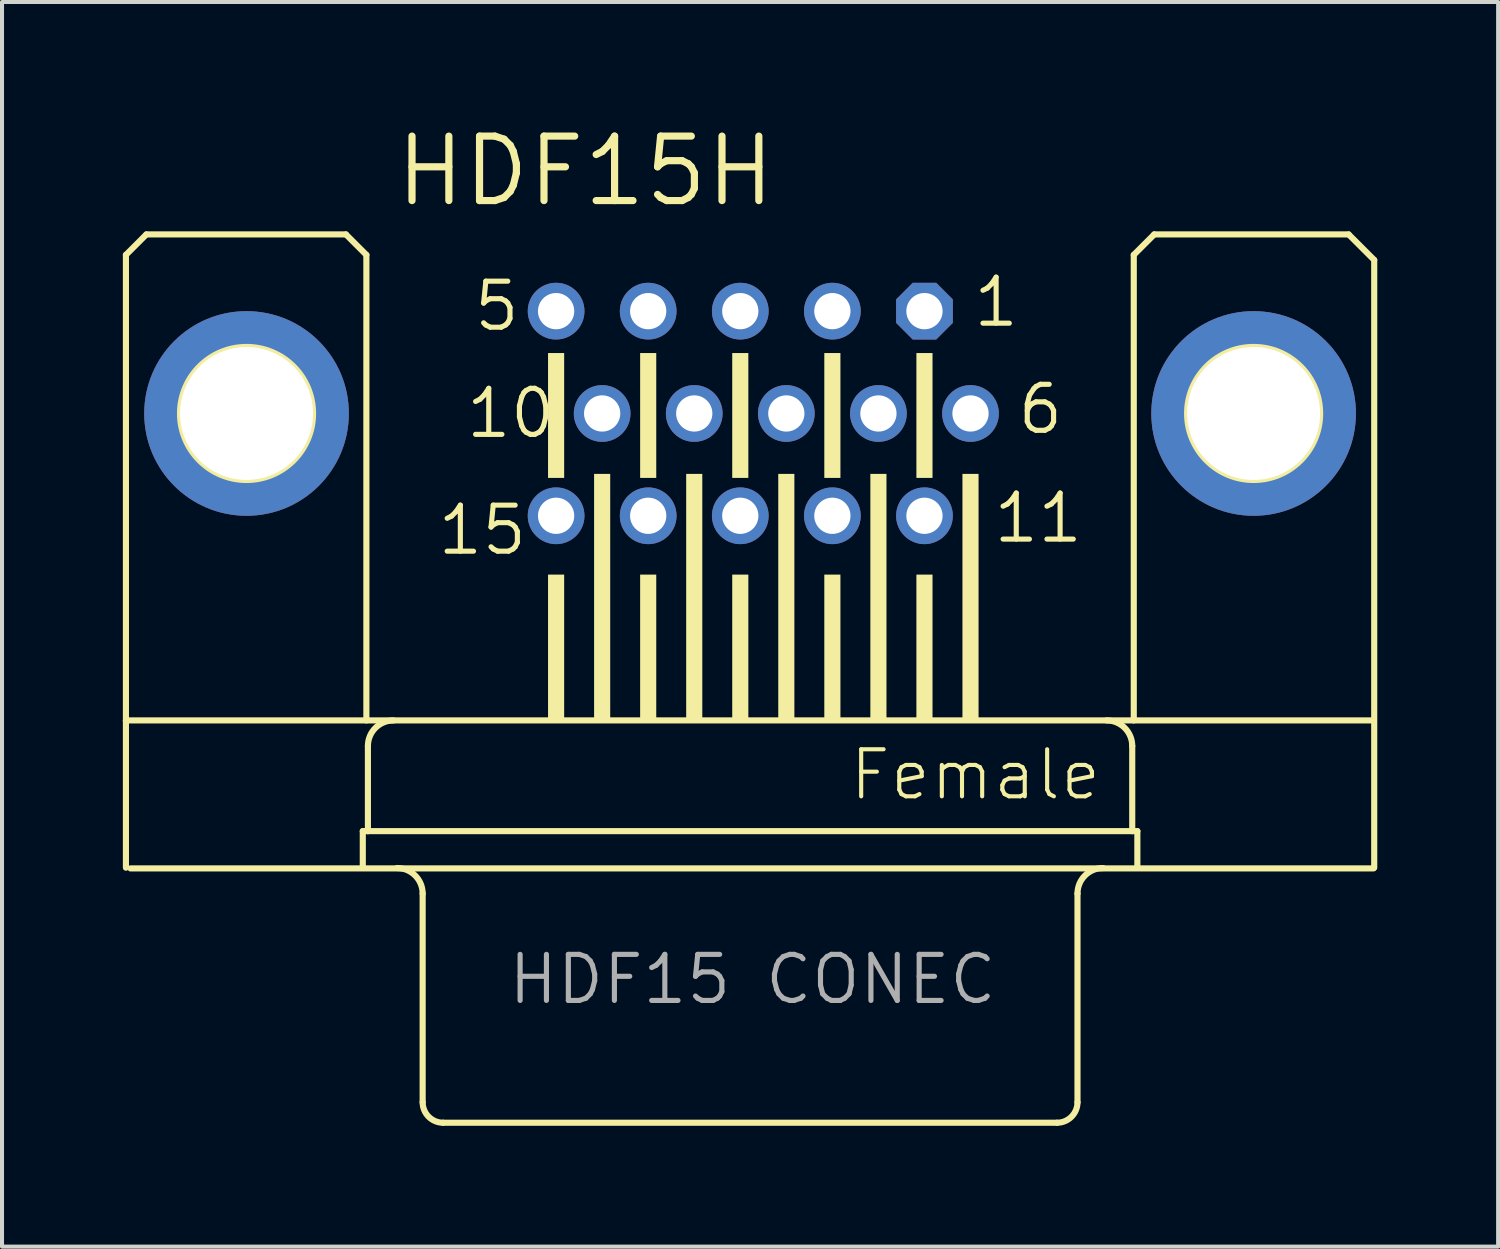
<source format=kicad_pcb>
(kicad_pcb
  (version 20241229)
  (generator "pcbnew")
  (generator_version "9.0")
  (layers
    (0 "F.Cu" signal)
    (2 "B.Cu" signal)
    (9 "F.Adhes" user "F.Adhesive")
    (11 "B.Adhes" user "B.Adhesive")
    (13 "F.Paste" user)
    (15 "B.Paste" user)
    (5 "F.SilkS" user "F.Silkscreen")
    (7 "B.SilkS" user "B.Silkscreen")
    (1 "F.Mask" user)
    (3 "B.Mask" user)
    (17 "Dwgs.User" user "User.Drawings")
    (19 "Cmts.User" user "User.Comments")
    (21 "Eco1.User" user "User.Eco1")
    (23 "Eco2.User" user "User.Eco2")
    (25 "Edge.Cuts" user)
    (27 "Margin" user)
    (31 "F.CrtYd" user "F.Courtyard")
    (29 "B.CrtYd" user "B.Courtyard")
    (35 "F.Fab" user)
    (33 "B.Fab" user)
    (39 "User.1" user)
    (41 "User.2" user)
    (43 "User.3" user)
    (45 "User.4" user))
  (footprint "HDF15H"
    (layer "F.Cu")
    (at 15.57 7.214)
    (property "Reference" "HDF15H" (at -8.89 -5.08 0) (unlocked yes) (layer "F.SilkS") (effects (font (size 1.6 1.6) (thickness 0.178)) (justify left bottom)))
    (fp_line (start -15.494 -3.937) (end -15.494 7.62) (stroke (width 0.152) (type solid)) (layer "F.SilkS"))
    (fp_line (start -15.494 11.276) (end -15.494 7.62) (stroke (width 0.152) (type solid)) (layer "F.SilkS"))
    (fp_line (start -14.986 -4.445) (end -15.494 -3.937) (stroke (width 0.152) (type solid)) (layer "F.SilkS"))
    (fp_line (start -10.033 -4.445) (end -14.986 -4.445) (stroke (width 0.152) (type solid)) (layer "F.SilkS"))
    (fp_line (start -9.614 10.368) (end -9.614 11.276) (stroke (width 0.152) (type solid)) (layer "F.SilkS"))
    (fp_line (start -9.525 -3.937) (end -10.033 -4.445) (stroke (width 0.152) (type solid)) (layer "F.SilkS"))
    (fp_line (start -9.525 -3.937) (end -9.525 7.62) (stroke (width 0.152) (type solid)) (layer "F.SilkS"))
    (fp_line (start -9.487 8.255) (end -9.487 10.368) (stroke (width 0.152) (type solid)) (layer "F.SilkS"))
    (fp_line (start -9.487 10.368) (end -9.614 10.368) (stroke (width 0.152) (type solid)) (layer "F.SilkS"))
    (fp_line (start -8.128 11.919) (end -8.128 17.099) (stroke (width 0.152) (type solid)) (layer "F.SilkS"))
    (fp_line (start 7.62 17.607) (end -7.62 17.607) (stroke (width 0.152) (type solid)) (layer "F.SilkS"))
    (fp_line (start 8.128 11.919) (end 8.128 17.099) (stroke (width 0.152) (type solid)) (layer "F.SilkS"))
    (fp_line (start 9.487 8.255) (end 9.487 10.368) (stroke (width 0.152) (type solid)) (layer "F.SilkS"))
    (fp_line (start 9.487 10.368) (end -9.487 10.368) (stroke (width 0.152) (type solid)) (layer "F.SilkS"))
    (fp_line (start 9.525 -3.937) (end 9.525 7.62) (stroke (width 0.152) (type solid)) (layer "F.SilkS"))
    (fp_line (start 9.614 10.368) (end 9.487 10.368) (stroke (width 0.152) (type solid)) (layer "F.SilkS"))
    (fp_line (start 9.614 10.368) (end 9.614 11.276) (stroke (width 0.152) (type solid)) (layer "F.SilkS"))
    (fp_line (start 10.033 -4.445) (end 9.525 -3.937) (stroke (width 0.152) (type solid)) (layer "F.SilkS"))
    (fp_line (start 10.033 -4.445) (end 14.859 -4.445) (stroke (width 0.152) (type solid)) (layer "F.SilkS"))
    (fp_line (start 14.859 -4.445) (end 15.494 -3.81) (stroke (width 0.152) (type solid)) (layer "F.SilkS"))
    (fp_line (start 15.475 7.62) (end -15.494 7.62) (stroke (width 0.152) (type solid)) (layer "F.SilkS"))
    (fp_line (start 15.476 11.294) (end -15.38 11.294) (stroke (width 0.152) (type solid)) (layer "F.SilkS"))
    (fp_line (start 15.494 -3.81) (end 15.494 11.276) (stroke (width 0.152) (type solid)) (layer "F.SilkS"))
    (fp_arc (start -9.487 8.255) (mid -9.301013 7.805987) (end -8.852 7.62) (stroke (width 0.1524) (type solid)) (layer "F.SilkS"))
    (fp_arc (start -8.763 11.284) (mid -8.313987 11.469987) (end -8.128 11.919) (stroke (width 0.1524) (type solid)) (layer "F.SilkS"))
    (fp_arc (start -7.62 17.607) (mid -7.97921 17.45821) (end -8.128 17.099) (stroke (width 0.1524) (type solid)) (layer "F.SilkS"))
    (fp_arc (start 8.128 11.919) (mid 8.313987 11.469987) (end 8.763 11.284) (stroke (width 0.1524) (type solid)) (layer "F.SilkS"))
    (fp_arc (start 8.128 17.099) (mid 7.97921 17.45821) (end 7.62 17.607) (stroke (width 0.1524) (type solid)) (layer "F.SilkS"))
    (fp_arc (start 8.852 7.62) (mid 9.301013 7.805987) (end 9.487 8.255) (stroke (width 0.1524) (type solid)) (layer "F.SilkS"))
    (fp_circle (center -12.5 0) (end -10.849 0) (stroke (width 0.152) (type solid)) (fill no) (layer "F.SilkS"))
    (fp_circle (center 12.5 0) (end 14.151 0) (stroke (width 0.152) (type solid)) (fill no) (layer "F.SilkS"))
    (fp_poly (pts (xy -5.015 1.6) (xy -4.615 1.6) (xy -4.615 -1.5) (xy -5.015 -1.5)) (stroke (width 0) (type default)) (fill yes) (layer "F.SilkS"))
    (fp_poly (pts (xy -5.015 7.6) (xy -4.615 7.6) (xy -4.615 4) (xy -5.015 4)) (stroke (width 0) (type default)) (fill yes) (layer "F.SilkS"))
    (fp_poly (pts (xy -3.872 7.6) (xy -3.472 7.6) (xy -3.472 1.5) (xy -3.872 1.5)) (stroke (width 0) (type default)) (fill yes) (layer "F.SilkS"))
    (fp_poly (pts (xy -2.729 1.6) (xy -2.329 1.6) (xy -2.329 -1.5) (xy -2.729 -1.5)) (stroke (width 0) (type default)) (fill yes) (layer "F.SilkS"))
    (fp_poly (pts (xy -2.729 7.6) (xy -2.329 7.6) (xy -2.329 4) (xy -2.729 4)) (stroke (width 0) (type default)) (fill yes) (layer "F.SilkS"))
    (fp_poly (pts (xy -1.586 7.6) (xy -1.186 7.6) (xy -1.186 1.5) (xy -1.586 1.5)) (stroke (width 0) (type default)) (fill yes) (layer "F.SilkS"))
    (fp_poly (pts (xy -0.443 1.6) (xy -0.043 1.6) (xy -0.043 -1.5) (xy -0.443 -1.5)) (stroke (width 0) (type default)) (fill yes) (layer "F.SilkS"))
    (fp_poly (pts (xy -0.443 7.6) (xy -0.043 7.6) (xy -0.043 4) (xy -0.443 4)) (stroke (width 0) (type default)) (fill yes) (layer "F.SilkS"))
    (fp_poly (pts (xy 0.7 7.6) (xy 1.1 7.6) (xy 1.1 1.5) (xy 0.7 1.5)) (stroke (width 0) (type default)) (fill yes) (layer "F.SilkS"))
    (fp_poly (pts (xy 1.843 1.6) (xy 2.243 1.6) (xy 2.243 -1.5) (xy 1.843 -1.5)) (stroke (width 0) (type default)) (fill yes) (layer "F.SilkS"))
    (fp_poly (pts (xy 1.843 7.6) (xy 2.243 7.6) (xy 2.243 4) (xy 1.843 4)) (stroke (width 0) (type default)) (fill yes) (layer "F.SilkS"))
    (fp_poly (pts (xy 2.986 7.6) (xy 3.386 7.6) (xy 3.386 1.5) (xy 2.986 1.5)) (stroke (width 0) (type default)) (fill yes) (layer "F.SilkS"))
    (fp_poly (pts (xy 4.129 1.6) (xy 4.529 1.6) (xy 4.529 -1.5) (xy 4.129 -1.5)) (stroke (width 0) (type default)) (fill yes) (layer "F.SilkS"))
    (fp_poly (pts (xy 4.129 7.6) (xy 4.529 7.6) (xy 4.529 4) (xy 4.129 4)) (stroke (width 0) (type default)) (fill yes) (layer "F.SilkS"))
    (fp_poly (pts (xy 5.272 7.6) (xy 5.672 7.6) (xy 5.672 1.5) (xy 5.272 1.5)) (stroke (width 0) (type default)) (fill yes) (layer "F.SilkS"))
    (fp_text user "5" (at -6.915 -1.995 0) (unlocked yes) (layer "F.SilkS") (effects (font (size 1.143 1.143) (thickness 0.127)) (justify left bottom)))
    (fp_text user "Female" (at 2.413 9.652 0) (unlocked yes) (layer "F.SilkS") (effects (font (size 1.168 1.168) (thickness 0.102)) (justify left bottom)))
    (fp_text user "10" (at -7.115 0.665 0) (unlocked yes) (layer "F.SilkS") (effects (font (size 1.143 1.143) (thickness 0.127)) (justify left bottom)))
    (fp_text user "11" (at 5.98 3.265 0) (unlocked yes) (layer "F.SilkS") (effects (font (size 1.143 1.143) (thickness 0.127)) (justify left bottom)))
    (fp_text user "15" (at -7.82 3.565 0) (unlocked yes) (layer "F.SilkS") (effects (font (size 1.143 1.143) (thickness 0.127)) (justify left bottom)))
    (fp_text user "1" (at 5.48 -2.095 0) (unlocked yes) (layer "F.SilkS") (effects (font (size 1.143 1.143) (thickness 0.127)) (justify left bottom)))
    (fp_text user "6" (at 6.58 0.565 0) (unlocked yes) (layer "F.SilkS") (effects (font (size 1.143 1.143) (thickness 0.127)) (justify left bottom)))
    (fp_text user "HDF15 CONEC" (at -6.064 14.717 0) (unlocked yes) (layer "F.Fab") (effects (font (size 1.143 1.143) (thickness 0.127)) (justify left bottom)))
    (pad "1" thru_hole roundrect (at 4.329 -2.54) (size 1.408 1.408) (drill 0.9) (layers "*.Cu" "*.Mask") (roundrect_rratio 0.25) (chamfer_ratio 0.293) (chamfer top_left top_right bottom_left bottom_right))
    (pad "2" thru_hole circle (at 2.043 -2.54) (size 1.408 1.408) (drill 0.9) (layers "*.Cu" "*.Mask"))
    (pad "3" thru_hole circle (at -0.243 -2.54) (size 1.408 1.408) (drill 0.9) (layers "*.Cu" "*.Mask"))
    (pad "4" thru_hole circle (at -2.529 -2.54) (size 1.408 1.408) (drill 0.9) (layers "*.Cu" "*.Mask"))
    (pad "5" thru_hole circle (at -4.815 -2.54) (size 1.408 1.408) (drill 0.9) (layers "*.Cu" "*.Mask"))
    (pad "6" thru_hole circle (at 5.472 0) (size 1.408 1.408) (drill 0.9) (layers "*.Cu" "*.Mask"))
    (pad "7" thru_hole circle (at 3.186 0) (size 1.408 1.408) (drill 0.9) (layers "*.Cu" "*.Mask"))
    (pad "8" thru_hole circle (at 0.9 0) (size 1.408 1.408) (drill 0.9) (layers "*.Cu" "*.Mask"))
    (pad "9" thru_hole circle (at -1.386 0) (size 1.408 1.408) (drill 0.9) (layers "*.Cu" "*.Mask"))
    (pad "10" thru_hole circle (at -3.672 0) (size 1.408 1.408) (drill 0.9) (layers "*.Cu" "*.Mask"))
    (pad "11" thru_hole circle (at 4.329 2.54) (size 1.408 1.408) (drill 0.9) (layers "*.Cu" "*.Mask"))
    (pad "12" thru_hole circle (at 2.043 2.54) (size 1.408 1.408) (drill 0.9) (layers "*.Cu" "*.Mask"))
    (pad "13" thru_hole circle (at -0.243 2.54) (size 1.408 1.408) (drill 0.9) (layers "*.Cu" "*.Mask"))
    (pad "14" thru_hole circle (at -2.529 2.54) (size 1.408 1.408) (drill 0.9) (layers "*.Cu" "*.Mask"))
    (pad "15" thru_hole circle (at -4.815 2.54) (size 1.408 1.408) (drill 0.9) (layers "*.Cu" "*.Mask"))
    (pad "G1" thru_hole circle (at -12.5 0) (size 5.08 5.08) (drill 3.3) (layers "*.Cu" "*.Mask"))
    (pad "G2" thru_hole circle (at 12.5 0) (size 5.08 5.08) (drill 3.3) (layers "*.Cu" "*.Mask"))
    (zone (net_name "") (layers "F.Cu" "B.Cu") (hatch edge 0.5) (connect_pads) (min_thickness 0.25) (filled_areas_thickness no) (keepout (tracks allowed) (vias not_allowed) (pads allowed) (copperpour allowed) (footprints allowed)) (placement (enabled no)) (fill) (polygon (pts (xy 5.737 7.214) (xy 5.717 6.886) (xy 5.657 6.563) (xy 5.557 6.25) (xy 5.42 5.952) (xy 5.247 5.673) (xy 5.041 5.417) (xy 4.805 5.188) (xy 4.543 4.99) (xy 4.259 4.826) (xy 3.957 4.698) (xy 3.641 4.608) (xy 3.316 4.558) (xy 2.988 4.548) (xy 2.661 4.578) (xy 2.34 4.648) (xy 2.031 4.758) (xy 1.737 4.904) (xy 1.463 5.085) (xy 1.214 5.299) (xy 0.992 5.542) (xy 0.803 5.81) (xy 0.647 6.099) (xy 0.529 6.405) (xy 0.449 6.724) (xy 0.408 7.049) (xy 0.408 7.378) (xy 0.449 7.704) (xy 0.529 8.022) (xy 0.647 8.328) (xy 0.803 8.618) (xy 0.992 8.886) (xy 1.214 9.128) (xy 1.463 9.342) (xy 1.737 9.523) (xy 2.031 9.67) (xy 2.34 9.779) (xy 2.661 9.849) (xy 2.988 9.879) (xy 3.316 9.869) (xy 3.641 9.819) (xy 3.957 9.729) (xy 4.259 9.601) (xy 4.543 9.437) (xy 4.805 9.239) (xy 5.041 9.01) (xy 5.247 8.755) (xy 5.42 8.475) (xy 5.557 8.177) (xy 5.657 7.864) (xy 5.717 7.541))))
    (zone (net_name "") (layers "F.Cu" "B.Cu") (hatch edge 0.5) (connect_pads) (min_thickness 0.25) (filled_areas_thickness no) (keepout (tracks allowed) (vias not_allowed) (pads allowed) (copperpour allowed) (footprints allowed)) (placement (enabled no)) (fill) (polygon (pts (xy 30.737 7.214) (xy 30.717 6.886) (xy 30.657 6.563) (xy 30.557 6.25) (xy 30.42 5.952) (xy 30.247 5.673) (xy 30.041 5.417) (xy 29.805 5.188) (xy 29.543 4.99) (xy 29.259 4.826) (xy 28.957 4.698) (xy 28.641 4.608) (xy 28.316 4.558) (xy 27.988 4.548) (xy 27.661 4.578) (xy 27.34 4.648) (xy 27.031 4.758) (xy 26.737 4.904) (xy 26.463 5.085) (xy 26.214 5.299) (xy 25.992 5.542) (xy 25.803 5.81) (xy 25.647 6.099) (xy 25.529 6.405) (xy 25.449 6.724) (xy 25.408 7.049) (xy 25.408 7.378) (xy 25.449 7.704) (xy 25.529 8.022) (xy 25.647 8.328) (xy 25.803 8.618) (xy 25.992 8.886) (xy 26.214 9.128) (xy 26.463 9.342) (xy 26.737 9.523) (xy 27.031 9.67) (xy 27.34 9.779) (xy 27.661 9.849) (xy 27.988 9.879) (xy 28.316 9.869) (xy 28.641 9.819) (xy 28.957 9.729) (xy 29.259 9.601) (xy 29.543 9.437) (xy 29.805 9.239) (xy 30.041 9.01) (xy 30.247 8.755) (xy 30.42 8.475) (xy 30.557 8.177) (xy 30.657 7.864) (xy 30.717 7.541))))
    (zone (net_name "") (layer "B.Cu") (hatch edge 0.5) (connect_pads) (min_thickness 0.25) (filled_areas_thickness no) (keepout (tracks not_allowed) (vias not_allowed) (pads not_allowed) (copperpour not_allowed) (footprints allowed)) (placement (enabled no)) (fill) (polygon (pts (xy 5.737 7.214) (xy 5.717 6.886) (xy 5.657 6.563) (xy 5.557 6.25) (xy 5.42 5.952) (xy 5.247 5.673) (xy 5.041 5.417) (xy 4.805 5.188) (xy 4.543 4.99) (xy 4.259 4.826) (xy 3.957 4.698) (xy 3.641 4.608) (xy 3.316 4.558) (xy 2.988 4.548) (xy 2.661 4.578) (xy 2.34 4.648) (xy 2.031 4.758) (xy 1.737 4.904) (xy 1.463 5.085) (xy 1.214 5.299) (xy 0.992 5.542) (xy 0.803 5.81) (xy 0.647 6.099) (xy 0.529 6.405) (xy 0.449 6.724) (xy 0.408 7.049) (xy 0.408 7.378) (xy 0.449 7.704) (xy 0.529 8.022) (xy 0.647 8.328) (xy 0.803 8.618) (xy 0.992 8.886) (xy 1.214 9.128) (xy 1.463 9.342) (xy 1.737 9.523) (xy 2.031 9.67) (xy 2.34 9.779) (xy 2.661 9.849) (xy 2.988 9.879) (xy 3.316 9.869) (xy 3.641 9.819) (xy 3.957 9.729) (xy 4.259 9.601) (xy 4.543 9.437) (xy 4.805 9.239) (xy 5.041 9.01) (xy 5.247 8.755) (xy 5.42 8.475) (xy 5.557 8.177) (xy 5.657 7.864) (xy 5.717 7.541))))
    (zone (net_name "") (layer "B.Cu") (hatch edge 0.5) (connect_pads) (min_thickness 0.25) (filled_areas_thickness no) (keepout (tracks not_allowed) (vias not_allowed) (pads not_allowed) (copperpour not_allowed) (footprints allowed)) (placement (enabled no)) (fill) (polygon (pts (xy 30.737 7.214) (xy 30.717 6.886) (xy 30.657 6.563) (xy 30.557 6.25) (xy 30.42 5.952) (xy 30.247 5.673) (xy 30.041 5.417) (xy 29.805 5.188) (xy 29.543 4.99) (xy 29.259 4.826) (xy 28.957 4.698) (xy 28.641 4.608) (xy 28.316 4.558) (xy 27.988 4.548) (xy 27.661 4.578) (xy 27.34 4.648) (xy 27.031 4.758) (xy 26.737 4.904) (xy 26.463 5.085) (xy 26.214 5.299) (xy 25.992 5.542) (xy 25.803 5.81) (xy 25.647 6.099) (xy 25.529 6.405) (xy 25.449 6.724) (xy 25.408 7.049) (xy 25.408 7.378) (xy 25.449 7.704) (xy 25.529 8.022) (xy 25.647 8.328) (xy 25.803 8.618) (xy 25.992 8.886) (xy 26.214 9.128) (xy 26.463 9.342) (xy 26.737 9.523) (xy 27.031 9.67) (xy 27.34 9.779) (xy 27.661 9.849) (xy 27.988 9.879) (xy 28.316 9.869) (xy 28.641 9.819) (xy 28.957 9.729) (xy 29.259 9.601) (xy 29.543 9.437) (xy 29.805 9.239) (xy 30.041 9.01) (xy 30.247 8.755) (xy 30.42 8.475) (xy 30.557 8.177) (xy 30.657 7.864) (xy 30.717 7.541)))))
  (gr_rect
    (start -3 -3)
    (end 34.14 27.897)
    (stroke (width 0.1) (type default))
    (fill no)
    (layer "Edge.Cuts")))
</source>
